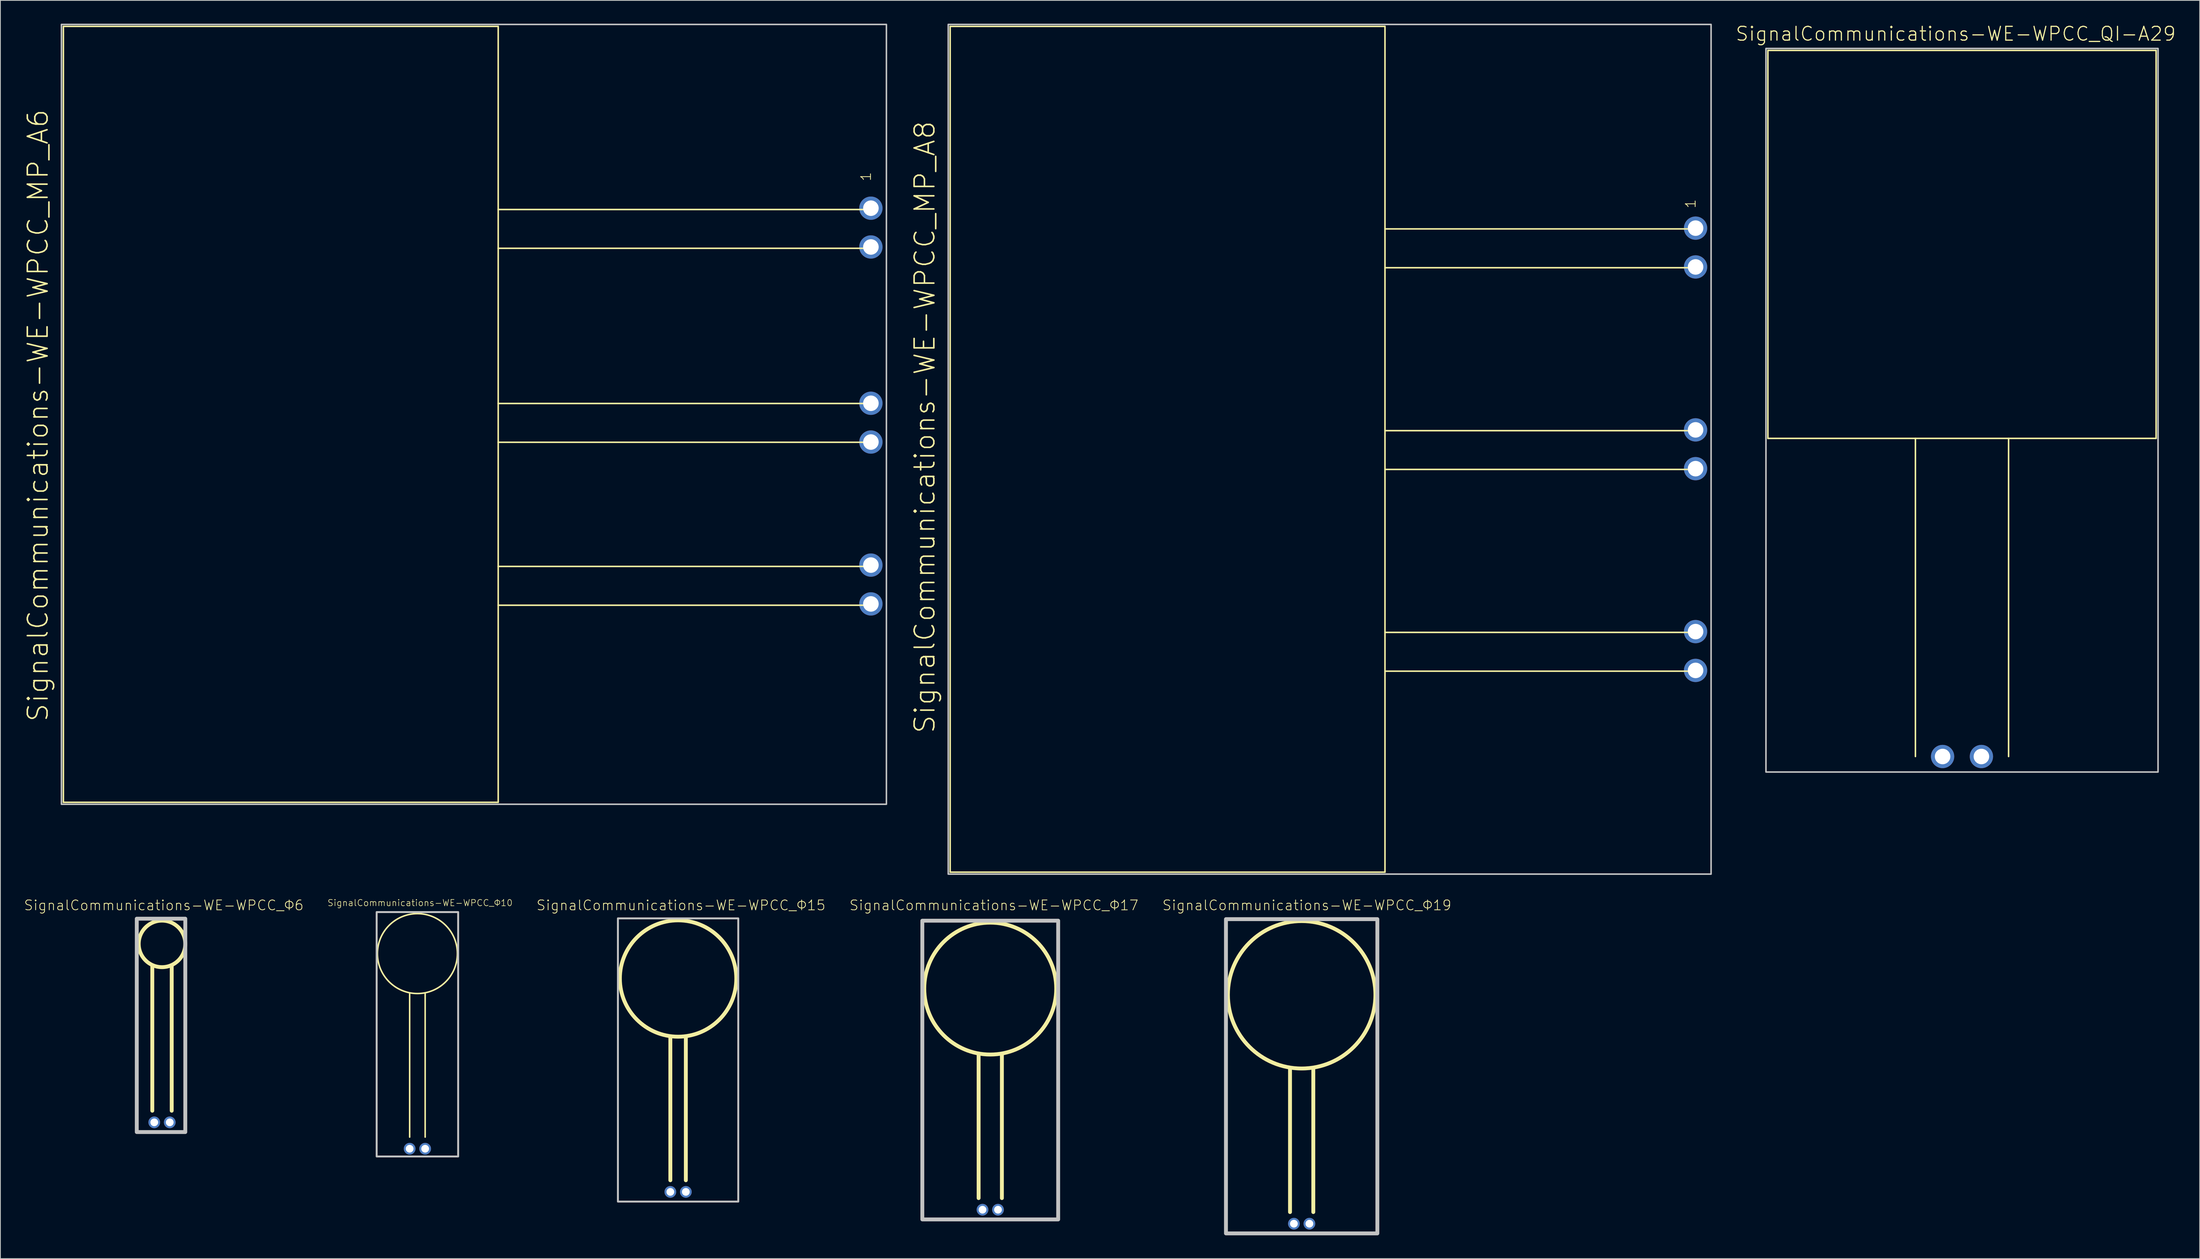
<source format=kicad_pcb>
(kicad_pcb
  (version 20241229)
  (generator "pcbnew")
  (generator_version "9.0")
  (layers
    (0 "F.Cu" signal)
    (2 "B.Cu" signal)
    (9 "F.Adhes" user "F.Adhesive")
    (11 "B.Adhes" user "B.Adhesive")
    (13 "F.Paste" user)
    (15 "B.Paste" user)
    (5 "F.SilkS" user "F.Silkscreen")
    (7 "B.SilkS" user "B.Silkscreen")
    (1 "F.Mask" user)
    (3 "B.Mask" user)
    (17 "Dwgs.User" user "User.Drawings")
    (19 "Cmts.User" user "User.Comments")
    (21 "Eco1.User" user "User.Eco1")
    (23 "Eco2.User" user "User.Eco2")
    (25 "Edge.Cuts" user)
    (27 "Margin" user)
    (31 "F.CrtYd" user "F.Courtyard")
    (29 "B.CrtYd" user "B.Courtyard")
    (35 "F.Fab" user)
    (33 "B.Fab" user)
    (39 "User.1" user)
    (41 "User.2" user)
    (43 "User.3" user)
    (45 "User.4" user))
  (footprint "SignalCommunications-WE-WPCC_Φ17"
    (layer "F.Cu")
    (at 124.484 152.852)
    (property "Reference" "SignalCommunications-WE-WPCC_Φ17" (at 0.475 -39.233 0) (layer "F.SilkS") (effects (font (size 1.27 1.27) (thickness 0.102))))
    (attr exclude_from_pos_files exclude_from_bom)
    (fp_line (start -1.499 -20.099) (end -1.499 -1.499) (stroke (width 0.498) (type solid)) (layer "F.SilkS"))
    (fp_line (start 1.499 -20.099) (end 1.499 -1.499) (stroke (width 0.498) (type solid)) (layer "F.SilkS"))
    (fp_circle (center 0 -28.499) (end 0 -36.998) (stroke (width 0.498) (type solid)) (fill no) (layer "F.SilkS"))
    (fp_poly (pts (xy -8.748 -37.249) (xy 8.748 -37.249) (xy 8.748 1.25) (xy -8.748 1.25) (xy -8.748 -37.249)) (stroke (width 0.498) (type solid)) (fill no) (layer "Dwgs.User"))
    (pad "1" thru_hole circle (at -0.998 0) (size 1.506 1.506) (drill 0.998) (layers "*.Cu" "*.Paste" "*.Mask"))
    (pad "2" thru_hole circle (at 0.998 0) (size 1.506 1.506) (drill 0.998) (layers "*.Cu" "*.Paste" "*.Mask")))
  (footprint "SignalCommunications-WE-WPCC_QI-A29"
    (layer "F.Cu")
    (at 249.635 94.444)
    (property "Reference" "SignalCommunications-WE-WPCC_QI-A29" (at -0.803 -93.137 0) (layer "F.SilkS") (effects (font (size 1.778 1.778) (thickness 0.152))))
    (attr exclude_from_pos_files exclude_from_bom)
    (fp_line (start -24.999 -90.998) (end 24.999 -90.998) (stroke (width 0.198) (type solid)) (layer "F.SilkS"))
    (fp_line (start -24.999 -40.998) (end -24.999 -90.998) (stroke (width 0.198) (type solid)) (layer "F.SilkS"))
    (fp_line (start -5.999 0) (end -5.999 -40.998) (stroke (width 0.198) (type solid)) (layer "F.SilkS"))
    (fp_line (start 5.999 0) (end 5.999 -40.998) (stroke (width 0.198) (type solid)) (layer "F.SilkS"))
    (fp_line (start 24.999 -90.998) (end 24.999 -40.998) (stroke (width 0.198) (type solid)) (layer "F.SilkS"))
    (fp_line (start 24.999 -40.998) (end -24.999 -40.998) (stroke (width 0.198) (type solid)) (layer "F.SilkS"))
    (fp_poly (pts (xy -25.248 -91.249) (xy 25.248 -91.249) (xy 25.248 1.999) (xy -25.248 1.999) (xy -25.248 -91.249)) (stroke (width 0.198) (type solid)) (fill no) (layer "Dwgs.User"))
    (pad "1" thru_hole circle (at -2.499 0) (size 3 3) (drill 1.999) (layers "*.Cu" "*.Paste" "*.Mask"))
    (pad "2" thru_hole circle (at 2.499 0) (size 3 3) (drill 1.999) (layers "*.Cu" "*.Paste" "*.Mask")))
  (footprint "SignalCommunications-WE-WPCC_Φ10"
    (layer "F.Cu")
    (at 50.708 144.991)
    (property "Reference" "SignalCommunications-WE-WPCC_Φ10" (at 0.34 -31.684 0) (layer "F.SilkS") (effects (font (size 0.813 0.813) (thickness 0.076))))
    (attr exclude_from_pos_files exclude_from_bom)
    (fp_line (start -0.998 -20) (end -0.998 -1.499) (stroke (width 0.198) (type solid)) (layer "F.SilkS"))
    (fp_line (start 0.998 -20) (end 0.998 -1.499) (stroke (width 0.198) (type solid)) (layer "F.SilkS"))
    (fp_circle (center 0 -25.149) (end 0 -30.297) (stroke (width 0.198) (type solid)) (fill no) (layer "F.SilkS"))
    (fp_poly (pts (xy -5.248 -30.498) (xy 5.248 -30.498) (xy 5.248 0.998) (xy -5.248 0.998) (xy -5.248 -30.498)) (stroke (width 0.249) (type solid)) (fill no) (layer "Dwgs.User"))
    (pad "1" thru_hole circle (at -0.998 0) (size 1.506 1.506) (drill 0.998) (layers "*.Cu" "*.Paste" "*.Mask"))
    (pad "2" thru_hole circle (at 0.998 0) (size 1.506 1.506) (drill 0.998) (layers "*.Cu" "*.Paste" "*.Mask")))
  (footprint "SignalCommunications-WE-WPCC_Φ15"
    (layer "F.Cu")
    (at 84.281 150.553)
    (property "Reference" "SignalCommunications-WE-WPCC_Φ15" (at 0.373 -36.934 0) (layer "F.SilkS") (effects (font (size 1.27 1.27) (thickness 0.102))))
    (attr exclude_from_pos_files exclude_from_bom)
    (fp_line (start -0.998 -1.499) (end -0.998 -20) (stroke (width 0.498) (type solid)) (layer "F.SilkS"))
    (fp_line (start 0.998 -1.499) (end 0.998 -20) (stroke (width 0.498) (type solid)) (layer "F.SilkS"))
    (fp_circle (center 0 -27.498) (end 0 -34.996) (stroke (width 0.498) (type solid)) (fill no) (layer "F.SilkS"))
    (fp_poly (pts (xy -7.75 -35.248) (xy 7.75 -35.248) (xy 7.75 1.25) (xy -7.75 1.25) (xy -7.75 -35.248)) (stroke (width 0.249) (type solid)) (fill no) (layer "Dwgs.User"))
    (pad "1" thru_hole circle (at -0.998 0) (size 1.506 1.506) (drill 0.998) (layers "*.Cu" "*.Paste" "*.Mask"))
    (pad "2" thru_hole circle (at 0.998 0) (size 1.506 1.506) (drill 0.998) (layers "*.Cu" "*.Paste" "*.Mask")))
  (footprint "SignalCommunications-WE-WPCC_MP_A6"
    (layer "F.Cu")
    (at 109.112 50.348)
    (property "Reference" "SignalCommunications-WE-WPCC_MP_A6" (at -107.269 0.15 90) (layer "F.SilkS") (effects (font (size 2.54 2.54) (thickness 0.203))))
    (attr exclude_from_pos_files exclude_from_bom)
    (fp_line (start -103.998 -50) (end -47.998 -50) (stroke (width 0.198) (type solid)) (layer "F.SilkS"))
    (fp_line (start -103.998 50) (end -103.998 -50) (stroke (width 0.198) (type solid)) (layer "F.SilkS"))
    (fp_line (start -47.998 -50) (end -47.998 -26.398) (stroke (width 0.198) (type solid)) (layer "F.SilkS"))
    (fp_line (start -47.998 -26.398) (end -47.998 -21.399) (stroke (width 0.198) (type solid)) (layer "F.SilkS"))
    (fp_line (start -47.998 -21.399) (end -47.998 -1.4) (stroke (width 0.198) (type solid)) (layer "F.SilkS"))
    (fp_line (start -47.998 -1.4) (end -47.998 3.599) (stroke (width 0.198) (type solid)) (layer "F.SilkS"))
    (fp_line (start -47.998 3.599) (end -47.998 19.599) (stroke (width 0.198) (type solid)) (layer "F.SilkS"))
    (fp_line (start -47.998 19.599) (end -47.998 24.6) (stroke (width 0.198) (type solid)) (layer "F.SilkS"))
    (fp_line (start -47.998 24.6) (end -47.998 50) (stroke (width 0.198) (type solid)) (layer "F.SilkS"))
    (fp_line (start -47.998 50) (end -103.998 50) (stroke (width 0.198) (type solid)) (layer "F.SilkS"))
    (fp_line (start 0 -26.398) (end -47.998 -26.398) (stroke (width 0.198) (type solid)) (layer "F.SilkS"))
    (fp_line (start 0 -21.399) (end -47.998 -21.399) (stroke (width 0.198) (type solid)) (layer "F.SilkS"))
    (fp_line (start 0 -1.4) (end -47.998 -1.4) (stroke (width 0.198) (type solid)) (layer "F.SilkS"))
    (fp_line (start 0 3.599) (end -47.998 3.599) (stroke (width 0.198) (type solid)) (layer "F.SilkS"))
    (fp_line (start 0 19.599) (end -47.998 19.599) (stroke (width 0.198) (type solid)) (layer "F.SilkS"))
    (fp_line (start 0 24.6) (end -47.998 24.6) (stroke (width 0.198) (type solid)) (layer "F.SilkS"))
    (fp_poly (pts (xy -104.249 -50.249) (xy 1.999 -50.249) (xy 1.999 50.249) (xy -104.249 50.249) (xy -104.249 -50.249)) (stroke (width 0.198) (type solid)) (fill no) (layer "Dwgs.User"))
    (fp_text user "1" (at -0.635 -30.635 90) (layer "F.SilkS") (effects (font (size 1.27 1.27) (thickness 0.102))))
    (pad "1" thru_hole circle (at 0 -26.568) (size 3 3) (drill 1.999) (layers "*.Cu" "*.Paste" "*.Mask"))
    (pad "2" thru_hole circle (at 0 -21.57) (size 3 3) (drill 1.999) (layers "*.Cu" "*.Paste" "*.Mask"))
    (pad "3" thru_hole circle (at 0 -1.427) (size 3 3) (drill 1.999) (layers "*.Cu" "*.Paste" "*.Mask"))
    (pad "4" thru_hole circle (at 0 3.569) (size 3 3) (drill 1.999) (layers "*.Cu" "*.Paste" "*.Mask"))
    (pad "5" thru_hole circle (at 0 19.428) (size 3 3) (drill 1.999) (layers "*.Cu" "*.Paste" "*.Mask"))
    (pad "6" thru_hole circle (at 0 24.43) (size 3 3) (drill 1.999) (layers "*.Cu" "*.Paste" "*.Mask")))
  (footprint "SignalCommunications-WE-WPCC_Φ6"
    (layer "F.Cu")
    (at 17.814 141.592)
    (property "Reference" "SignalCommunications-WE-WPCC_Φ6" (at 0.234 -27.973 0) (layer "F.SilkS") (effects (font (size 1.27 1.27) (thickness 0.102))))
    (attr exclude_from_pos_files exclude_from_bom)
    (fp_line (start -1.25 -20.249) (end -1.25 -1.499) (stroke (width 0.498) (type solid)) (layer "F.SilkS"))
    (fp_line (start 1.25 -20.249) (end 1.25 -1.499) (stroke (width 0.498) (type solid)) (layer "F.SilkS"))
    (fp_circle (center 0 -23) (end 0 -25.999) (stroke (width 0.498) (type solid)) (fill no) (layer "F.SilkS"))
    (fp_poly (pts (xy -3.249 -26.248) (xy 3 -26.248) (xy 3 1.25) (xy -3.249 1.25) (xy -3.249 -26.248)) (stroke (width 0.498) (type solid)) (fill no) (layer "Dwgs.User"))
    (pad "1" thru_hole circle (at -0.998 0) (size 1.506 1.506) (drill 0.998) (layers "*.Cu" "*.Paste" "*.Mask"))
    (pad "2" thru_hole circle (at 0.998 0) (size 1.506 1.506) (drill 0.998) (layers "*.Cu" "*.Paste" "*.Mask")))
  (footprint "SignalCommunications-WE-WPCC_MP_A8"
    (layer "F.Cu")
    (at 215.321 54.849)
    (property "Reference" "SignalCommunications-WE-WPCC_MP_A8" (at -99.268 -2.85 90) (layer "F.SilkS") (effects (font (size 2.54 2.54) (thickness 0.203))))
    (attr exclude_from_pos_files exclude_from_bom)
    (fp_line (start -95.999 -54.498) (end -40 -54.498) (stroke (width 0.198) (type solid)) (layer "F.SilkS"))
    (fp_line (start -95.999 54.498) (end -95.999 -54.498) (stroke (width 0.198) (type solid)) (layer "F.SilkS"))
    (fp_line (start -40 -54.498) (end -40 54.498) (stroke (width 0.198) (type solid)) (layer "F.SilkS"))
    (fp_line (start -40 54.498) (end -95.999 54.498) (stroke (width 0.198) (type solid)) (layer "F.SilkS"))
    (fp_line (start 0 -28.4) (end -40 -28.4) (stroke (width 0.198) (type solid)) (layer "F.SilkS"))
    (fp_line (start 0 -23.398) (end -40 -23.398) (stroke (width 0.198) (type solid)) (layer "F.SilkS"))
    (fp_line (start 0 -2.398) (end -40 -2.398) (stroke (width 0.198) (type solid)) (layer "F.SilkS"))
    (fp_line (start 0 2.598) (end -40 2.598) (stroke (width 0.198) (type solid)) (layer "F.SilkS"))
    (fp_line (start 0 23.599) (end -40 23.599) (stroke (width 0.198) (type solid)) (layer "F.SilkS"))
    (fp_line (start 0 28.598) (end -40 28.598) (stroke (width 0.198) (type solid)) (layer "F.SilkS"))
    (fp_poly (pts (xy -96.248 -54.75) (xy 1.999 -54.75) (xy 1.999 54.75) (xy -96.248 54.75) (xy -96.248 -54.75)) (stroke (width 0.198) (type solid)) (fill no) (layer "Dwgs.User"))
    (fp_text user "1" (at -0.635 -31.633 90) (layer "F.SilkS") (effects (font (size 1.27 1.27) (thickness 0.102))))
    (pad "1" thru_hole circle (at 0 -28.499) (size 3 3) (drill 1.999) (layers "*.Cu" "*.Paste" "*.Mask"))
    (pad "2" thru_hole circle (at 0 -23.498) (size 3 3) (drill 1.999) (layers "*.Cu" "*.Paste" "*.Mask"))
    (pad "3" thru_hole circle (at 0 -2.499) (size 3 3) (drill 1.999) (layers "*.Cu" "*.Paste" "*.Mask"))
    (pad "4" thru_hole circle (at 0 2.499) (size 3 3) (drill 1.999) (layers "*.Cu" "*.Paste" "*.Mask"))
    (pad "5" thru_hole circle (at 0 23.498) (size 3 3) (drill 1.999) (layers "*.Cu" "*.Paste" "*.Mask"))
    (pad "6" thru_hole circle (at 0 28.499) (size 3 3) (drill 1.999) (layers "*.Cu" "*.Paste" "*.Mask")))
  (footprint "SignalCommunications-WE-WPCC_Φ19"
    (layer "F.Cu")
    (at 164.59 154.652)
    (property "Reference" "SignalCommunications-WE-WPCC_Φ19" (at 0.673 -41.034 0) (layer "F.SilkS") (effects (font (size 1.27 1.27) (thickness 0.102))))
    (attr exclude_from_pos_files exclude_from_bom)
    (fp_line (start -1.499 -20) (end -1.499 -1.499) (stroke (width 0.498) (type solid)) (layer "F.SilkS"))
    (fp_line (start 1.499 -20) (end 1.499 -1.499) (stroke (width 0.498) (type solid)) (layer "F.SilkS"))
    (fp_circle (center 0 -29.5) (end 0 -38.999) (stroke (width 0.498) (type solid)) (fill no) (layer "F.SilkS"))
    (fp_poly (pts (xy -9.749 -39.248) (xy 9.749 -39.248) (xy 9.749 1.25) (xy -9.749 1.25) (xy -9.749 -39.248)) (stroke (width 0.498) (type solid)) (fill no) (layer "Dwgs.User"))
    (pad "1" thru_hole circle (at -0.998 0) (size 1.506 1.506) (drill 0.998) (layers "*.Cu" "*.Paste" "*.Mask"))
    (pad "2" thru_hole circle (at 0.998 0) (size 1.506 1.506) (drill 0.998) (layers "*.Cu" "*.Paste" "*.Mask")))
  (gr_rect
    (start -3 -3)
    (end 280.247 159.151)
    (stroke (width 0.1) (type default))
    (fill no)
    (layer "Edge.Cuts")))
</source>
